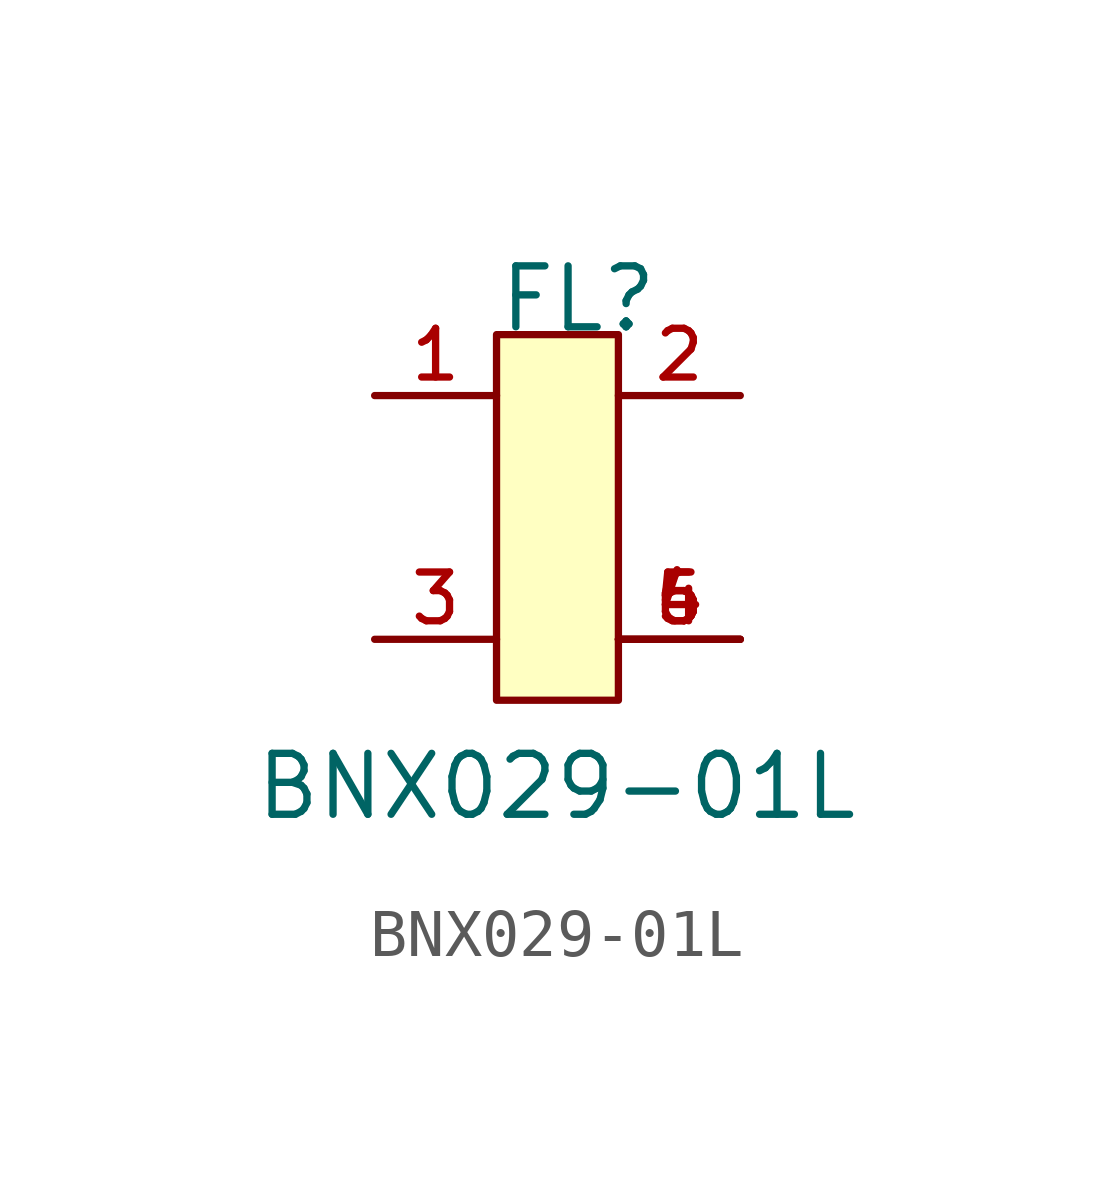
<source format=kicad_sym>
(kicad_symbol_lib
  (version 20211014)
  (generator kicad_symbol_editor)
  (symbol "BNX029-01L"
    (pin_names
      (offset 1.016) hide)
    (property "Reference" "FL"
      (at -1.27 3.81 0)
      (effects (font (size 1.27 1.27)) (justify left bottom)))
    (property "Value" "BNX029-01L"
      (at -6.35 -6.35 0)
      (effects (font (size 1.27 1.27)) (justify left bottom)))
    (property "ki_locked" ""
      (at 0 0 0)
      (effects (font (size 1.27 1.27))))
    (symbol "BNX029-01L_0_0"
      (pin passive line (at -3.81 2.54 0) (length 2.54) (name "~" (effects (font (size 1.016 1.016)))) (number "1" (effects (font (size 1.016 1.016)))))
      (pin passive line (at 3.81 2.54 180) (length 2.54) (name "~" (effects (font (size 1.016 1.016)))) (number "2" (effects (font (size 1.016 1.016)))))
      (pin passive line (at -3.81 -2.54 0) (length 2.54) (name "~" (effects (font (size 1.016 1.016)))) (number "3" (effects (font (size 1.016 1.016)))))
      (pin passive line (at 3.81 -2.54 180) (length 2.54) (name "~" (effects (font (size 1.016 1.016)))) (number "4" (effects (font (size 1.016 1.016)))))
      (pin passive line (at 3.81 -2.54 180) (length 2.54) (name "~" (effects (font (size 1.016 1.016)))) (number "5" (effects (font (size 1.016 1.016)))))
      (pin passive line (at 3.81 -2.54 180) (length 2.54) (name "~" (effects (font (size 1.016 1.016)))) (number "6" (effects (font (size 1.016 1.016))))))
    (symbol "BNX029-01L_0_1"
      (rectangle (start -1.27 3.81) (end 1.27 -3.81) (stroke (width 0) (type default) (color 0 0 0 0)) (fill (type background))))))
</source>
